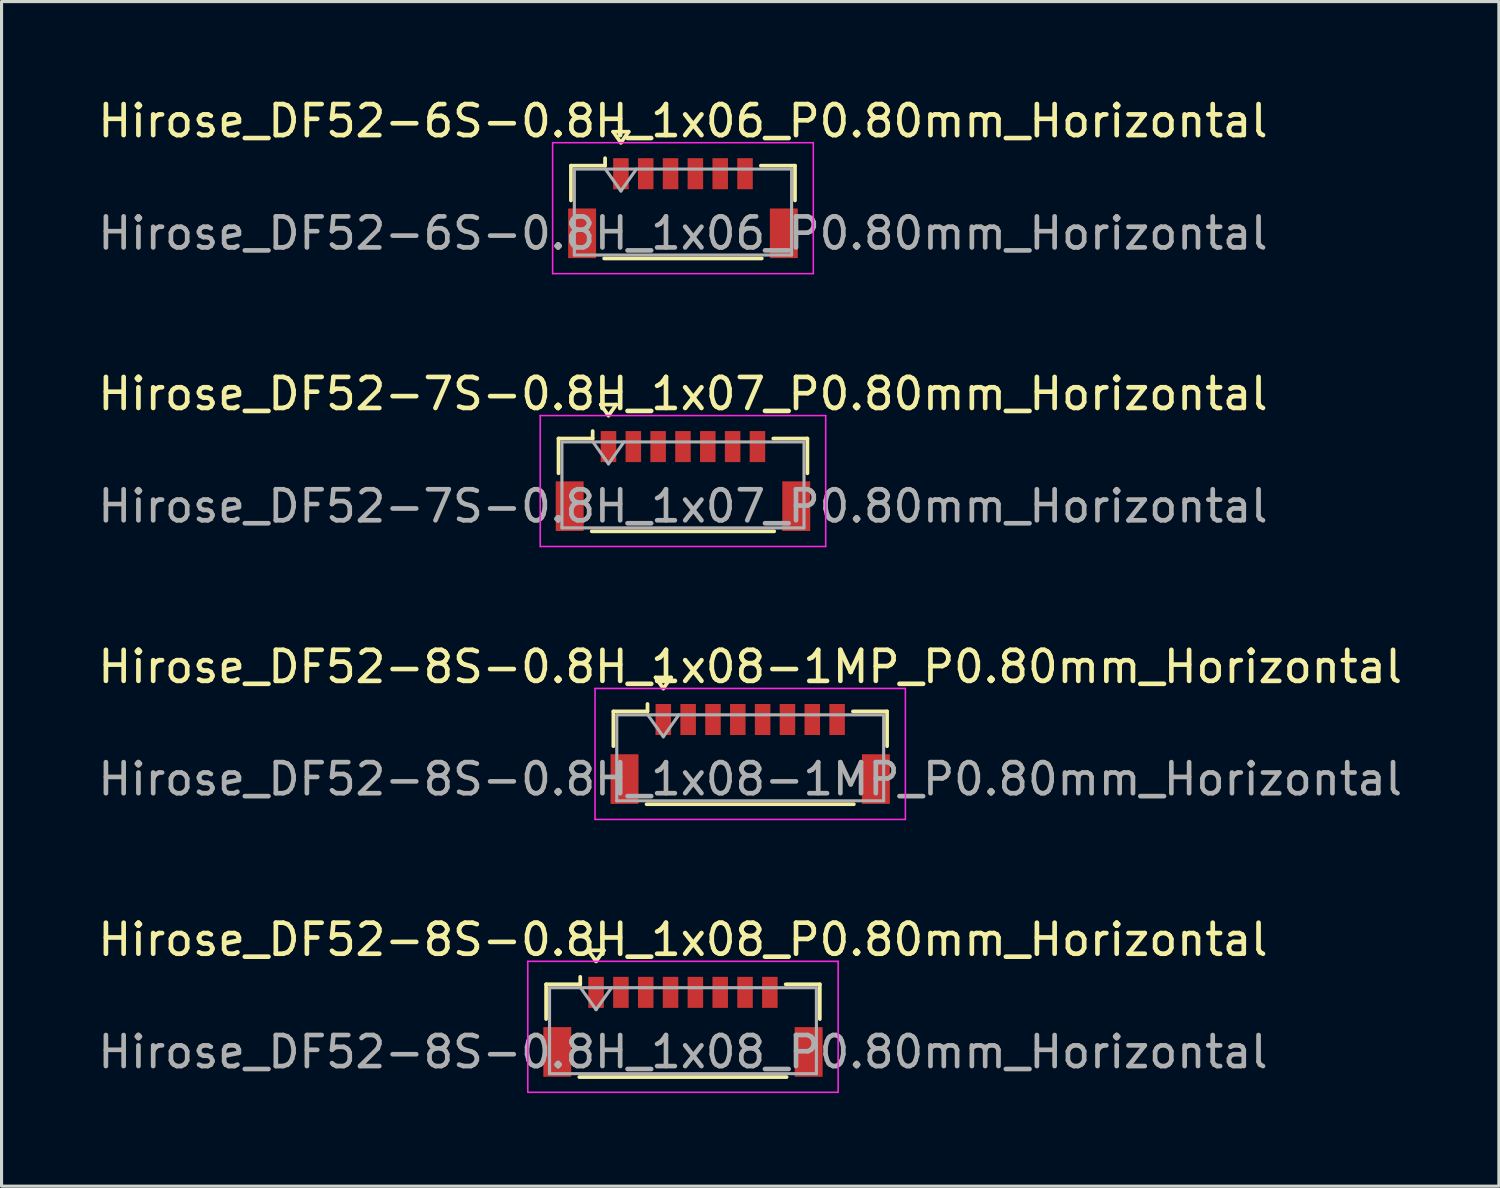
<source format=kicad_pcb>
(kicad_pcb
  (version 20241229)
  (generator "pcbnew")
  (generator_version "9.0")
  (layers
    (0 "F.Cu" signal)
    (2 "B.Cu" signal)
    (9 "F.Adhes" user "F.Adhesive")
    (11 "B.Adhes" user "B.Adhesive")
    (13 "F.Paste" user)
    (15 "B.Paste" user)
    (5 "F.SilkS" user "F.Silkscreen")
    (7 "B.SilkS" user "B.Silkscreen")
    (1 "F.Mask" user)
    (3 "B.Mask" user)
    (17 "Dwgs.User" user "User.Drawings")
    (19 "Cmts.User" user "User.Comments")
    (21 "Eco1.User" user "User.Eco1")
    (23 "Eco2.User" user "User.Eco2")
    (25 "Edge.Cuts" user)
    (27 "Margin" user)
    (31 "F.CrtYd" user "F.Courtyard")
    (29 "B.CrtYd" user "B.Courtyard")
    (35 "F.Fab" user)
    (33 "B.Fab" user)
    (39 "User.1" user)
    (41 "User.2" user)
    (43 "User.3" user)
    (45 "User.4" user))
  (footprint "Hirose_DF52-8S-0.8H_1x08_P0.80mm_Horizontal"
    (layer "F.Cu")
    (at 18.958 30.038)
    (property "Reference" "Hirose_DF52-8S-0.8H_1x08_P0.80mm_Horizontal" (at 0 -2.81 0) (layer "F.SilkS") (effects (font (size 1 1) (thickness 0.15))))
    (attr smd)
    (fp_line (start -4.41 -1.37) (end -3.31 -1.37) (stroke (width 0.12) (type solid)) (layer "F.SilkS"))
    (fp_line (start -4.41 -0.25) (end -4.41 -1.37) (stroke (width 0.12) (type solid)) (layer "F.SilkS"))
    (fp_line (start -3.34 1.62) (end 3.34 1.62) (stroke (width 0.12) (type solid)) (layer "F.SilkS"))
    (fp_line (start -3.31 -1.37) (end -3.31 -1.61) (stroke (width 0.12) (type solid)) (layer "F.SilkS"))
    (fp_line (start -3.05 -2.464) (end -2.8 -2.11) (stroke (width 0.12) (type solid)) (layer "F.SilkS"))
    (fp_line (start -2.8 -2.11) (end -2.55 -2.464) (stroke (width 0.12) (type solid)) (layer "F.SilkS"))
    (fp_line (start -2.55 -2.464) (end -3.05 -2.464) (stroke (width 0.12) (type solid)) (layer "F.SilkS"))
    (fp_line (start 4.41 -1.37) (end 3.31 -1.37) (stroke (width 0.12) (type solid)) (layer "F.SilkS"))
    (fp_line (start 4.41 -0.25) (end 4.41 -1.37) (stroke (width 0.12) (type solid)) (layer "F.SilkS"))
    (fp_line (start -5 -2.11) (end -5 2.11) (stroke (width 0.05) (type solid)) (layer "F.CrtYd"))
    (fp_line (start -5 2.11) (end 5 2.11) (stroke (width 0.05) (type solid)) (layer "F.CrtYd"))
    (fp_line (start 5 -2.11) (end -5 -2.11) (stroke (width 0.05) (type solid)) (layer "F.CrtYd"))
    (fp_line (start 5 2.11) (end 5 -2.11) (stroke (width 0.05) (type solid)) (layer "F.CrtYd"))
    (fp_line (start -4.3 -1.26) (end -4.3 1.51) (stroke (width 0.1) (type solid)) (layer "F.Fab"))
    (fp_line (start -4.3 -1.26) (end 4.3 -1.26) (stroke (width 0.1) (type solid)) (layer "F.Fab"))
    (fp_line (start -4.3 1.51) (end 4.3 1.51) (stroke (width 0.1) (type solid)) (layer "F.Fab"))
    (fp_line (start -3.3 -1.26) (end -2.8 -0.553) (stroke (width 0.1) (type solid)) (layer "F.Fab"))
    (fp_line (start -2.8 -0.553) (end -2.3 -1.26) (stroke (width 0.1) (type solid)) (layer "F.Fab"))
    (fp_line (start 4.3 -1.26) (end 4.3 1.51) (stroke (width 0.1) (type solid)) (layer "F.Fab"))
    (fp_text user "${REFERENCE}" (at 0 0.81 0) (layer "F.Fab") (effects (font (size 1 1) (thickness 0.15))))
    (pad "" smd rect (at -4.05 0.81) (size 0.9 1.6) (layers "F.Cu" "F.Mask" "F.Paste"))
    (pad "" smd rect (at 4.05 0.81) (size 0.9 1.6) (layers "F.Cu" "F.Mask" "F.Paste"))
    (pad "1" smd rect (at -2.8 -1.11) (size 0.5 1) (layers "F.Cu" "F.Mask" "F.Paste"))
    (pad "2" smd rect (at -2 -1.11) (size 0.5 1) (layers "F.Cu" "F.Mask" "F.Paste"))
    (pad "3" smd rect (at -1.2 -1.11) (size 0.5 1) (layers "F.Cu" "F.Mask" "F.Paste"))
    (pad "4" smd rect (at -0.4 -1.11) (size 0.5 1) (layers "F.Cu" "F.Mask" "F.Paste"))
    (pad "5" smd rect (at 0.4 -1.11) (size 0.5 1) (layers "F.Cu" "F.Mask" "F.Paste"))
    (pad "6" smd rect (at 1.2 -1.11) (size 0.5 1) (layers "F.Cu" "F.Mask" "F.Paste"))
    (pad "7" smd rect (at 2 -1.11) (size 0.5 1) (layers "F.Cu" "F.Mask" "F.Paste"))
    (pad "8" smd rect (at 2.8 -1.11) (size 0.5 1) (layers "F.Cu" "F.Mask" "F.Paste")))
  (footprint "Hirose_DF52-8S-0.8H_1x08-1MP_P0.80mm_Horizontal"
    (layer "F.Cu")
    (at 21.125 21.245)
    (property "Reference" "Hirose_DF52-8S-0.8H_1x08-1MP_P0.80mm_Horizontal" (at 0 -2.81 0) (layer "F.SilkS") (effects (font (size 1 1) (thickness 0.15))))
    (attr smd)
    (fp_line (start -4.41 -1.37) (end -3.31 -1.37) (stroke (width 0.12) (type solid)) (layer "F.SilkS"))
    (fp_line (start -4.41 -0.25) (end -4.41 -1.37) (stroke (width 0.12) (type solid)) (layer "F.SilkS"))
    (fp_line (start -3.34 1.62) (end 3.34 1.62) (stroke (width 0.12) (type solid)) (layer "F.SilkS"))
    (fp_line (start -3.31 -1.37) (end -3.31 -1.61) (stroke (width 0.12) (type solid)) (layer "F.SilkS"))
    (fp_line (start -3.05 -2.464) (end -2.8 -2.11) (stroke (width 0.12) (type solid)) (layer "F.SilkS"))
    (fp_line (start -2.8 -2.11) (end -2.55 -2.464) (stroke (width 0.12) (type solid)) (layer "F.SilkS"))
    (fp_line (start -2.55 -2.464) (end -3.05 -2.464) (stroke (width 0.12) (type solid)) (layer "F.SilkS"))
    (fp_line (start 4.41 -1.37) (end 3.31 -1.37) (stroke (width 0.12) (type solid)) (layer "F.SilkS"))
    (fp_line (start 4.41 -0.25) (end 4.41 -1.37) (stroke (width 0.12) (type solid)) (layer "F.SilkS"))
    (fp_line (start -5 -2.11) (end -5 2.11) (stroke (width 0.05) (type solid)) (layer "F.CrtYd"))
    (fp_line (start -5 2.11) (end 5 2.11) (stroke (width 0.05) (type solid)) (layer "F.CrtYd"))
    (fp_line (start 5 -2.11) (end -5 -2.11) (stroke (width 0.05) (type solid)) (layer "F.CrtYd"))
    (fp_line (start 5 2.11) (end 5 -2.11) (stroke (width 0.05) (type solid)) (layer "F.CrtYd"))
    (fp_line (start -4.3 -1.26) (end -4.3 1.51) (stroke (width 0.1) (type solid)) (layer "F.Fab"))
    (fp_line (start -4.3 -1.26) (end 4.3 -1.26) (stroke (width 0.1) (type solid)) (layer "F.Fab"))
    (fp_line (start -4.3 1.51) (end 4.3 1.51) (stroke (width 0.1) (type solid)) (layer "F.Fab"))
    (fp_line (start -3.3 -1.26) (end -2.8 -0.553) (stroke (width 0.1) (type solid)) (layer "F.Fab"))
    (fp_line (start -2.8 -0.553) (end -2.3 -1.26) (stroke (width 0.1) (type solid)) (layer "F.Fab"))
    (fp_line (start 4.3 -1.26) (end 4.3 1.51) (stroke (width 0.1) (type solid)) (layer "F.Fab"))
    (fp_text user "${REFERENCE}" (at 0 0.81 0) (layer "F.Fab") (effects (font (size 1 1) (thickness 0.15))))
    (pad "1" smd rect (at -2.8 -1.11) (size 0.5 1) (layers "F.Cu" "F.Mask" "F.Paste"))
    (pad "2" smd rect (at -2 -1.11) (size 0.5 1) (layers "F.Cu" "F.Mask" "F.Paste"))
    (pad "3" smd rect (at -1.2 -1.11) (size 0.5 1) (layers "F.Cu" "F.Mask" "F.Paste"))
    (pad "4" smd rect (at -0.4 -1.11) (size 0.5 1) (layers "F.Cu" "F.Mask" "F.Paste"))
    (pad "5" smd rect (at 0.4 -1.11) (size 0.5 1) (layers "F.Cu" "F.Mask" "F.Paste"))
    (pad "6" smd rect (at 1.2 -1.11) (size 0.5 1) (layers "F.Cu" "F.Mask" "F.Paste"))
    (pad "7" smd rect (at 2 -1.11) (size 0.5 1) (layers "F.Cu" "F.Mask" "F.Paste"))
    (pad "8" smd rect (at 2.8 -1.11) (size 0.5 1) (layers "F.Cu" "F.Mask" "F.Paste"))
    (pad "MP" smd rect (at -4.05 0.81) (size 0.9 1.6) (layers "F.Cu" "F.Mask" "F.Paste"))
    (pad "MP" smd rect (at 4.05 0.81) (size 0.9 1.6) (layers "F.Cu" "F.Mask" "F.Paste")))
  (footprint "Hirose_DF52-7S-0.8H_1x07_P0.80mm_Horizontal"
    (layer "F.Cu")
    (at 18.958 12.451)
    (property "Reference" "Hirose_DF52-7S-0.8H_1x07_P0.80mm_Horizontal" (at 0 -2.81 0) (layer "F.SilkS") (effects (font (size 1 1) (thickness 0.15))))
    (attr smd)
    (fp_line (start -4.01 -1.37) (end -2.91 -1.37) (stroke (width 0.12) (type solid)) (layer "F.SilkS"))
    (fp_line (start -4.01 -0.25) (end -4.01 -1.37) (stroke (width 0.12) (type solid)) (layer "F.SilkS"))
    (fp_line (start -2.94 1.62) (end 2.94 1.62) (stroke (width 0.12) (type solid)) (layer "F.SilkS"))
    (fp_line (start -2.91 -1.37) (end -2.91 -1.61) (stroke (width 0.12) (type solid)) (layer "F.SilkS"))
    (fp_line (start -2.65 -2.464) (end -2.4 -2.11) (stroke (width 0.12) (type solid)) (layer "F.SilkS"))
    (fp_line (start -2.4 -2.11) (end -2.15 -2.464) (stroke (width 0.12) (type solid)) (layer "F.SilkS"))
    (fp_line (start -2.15 -2.464) (end -2.65 -2.464) (stroke (width 0.12) (type solid)) (layer "F.SilkS"))
    (fp_line (start 4.01 -1.37) (end 2.91 -1.37) (stroke (width 0.12) (type solid)) (layer "F.SilkS"))
    (fp_line (start 4.01 -0.25) (end 4.01 -1.37) (stroke (width 0.12) (type solid)) (layer "F.SilkS"))
    (fp_line (start -4.6 -2.11) (end -4.6 2.11) (stroke (width 0.05) (type solid)) (layer "F.CrtYd"))
    (fp_line (start -4.6 2.11) (end 4.6 2.11) (stroke (width 0.05) (type solid)) (layer "F.CrtYd"))
    (fp_line (start 4.6 -2.11) (end -4.6 -2.11) (stroke (width 0.05) (type solid)) (layer "F.CrtYd"))
    (fp_line (start 4.6 2.11) (end 4.6 -2.11) (stroke (width 0.05) (type solid)) (layer "F.CrtYd"))
    (fp_line (start -3.9 -1.26) (end -3.9 1.51) (stroke (width 0.1) (type solid)) (layer "F.Fab"))
    (fp_line (start -3.9 -1.26) (end 3.9 -1.26) (stroke (width 0.1) (type solid)) (layer "F.Fab"))
    (fp_line (start -3.9 1.51) (end 3.9 1.51) (stroke (width 0.1) (type solid)) (layer "F.Fab"))
    (fp_line (start -2.9 -1.26) (end -2.4 -0.553) (stroke (width 0.1) (type solid)) (layer "F.Fab"))
    (fp_line (start -2.4 -0.553) (end -1.9 -1.26) (stroke (width 0.1) (type solid)) (layer "F.Fab"))
    (fp_line (start 3.9 -1.26) (end 3.9 1.51) (stroke (width 0.1) (type solid)) (layer "F.Fab"))
    (fp_text user "${REFERENCE}" (at 0 0.81 0) (layer "F.Fab") (effects (font (size 1 1) (thickness 0.15))))
    (pad "" smd rect (at -3.65 0.81) (size 0.9 1.6) (layers "F.Cu" "F.Mask" "F.Paste"))
    (pad "" smd rect (at 3.65 0.81) (size 0.9 1.6) (layers "F.Cu" "F.Mask" "F.Paste"))
    (pad "1" smd rect (at -2.4 -1.11) (size 0.5 1) (layers "F.Cu" "F.Mask" "F.Paste"))
    (pad "2" smd rect (at -1.6 -1.11) (size 0.5 1) (layers "F.Cu" "F.Mask" "F.Paste"))
    (pad "3" smd rect (at -0.8 -1.11) (size 0.5 1) (layers "F.Cu" "F.Mask" "F.Paste"))
    (pad "4" smd rect (at 0 -1.11) (size 0.5 1) (layers "F.Cu" "F.Mask" "F.Paste"))
    (pad "5" smd rect (at 0.8 -1.11) (size 0.5 1) (layers "F.Cu" "F.Mask" "F.Paste"))
    (pad "6" smd rect (at 1.6 -1.11) (size 0.5 1) (layers "F.Cu" "F.Mask" "F.Paste"))
    (pad "7" smd rect (at 2.4 -1.11) (size 0.5 1) (layers "F.Cu" "F.Mask" "F.Paste")))
  (footprint "Hirose_DF52-6S-0.8H_1x06_P0.80mm_Horizontal"
    (layer "F.Cu")
    (at 18.958 3.658)
    (property "Reference" "Hirose_DF52-6S-0.8H_1x06_P0.80mm_Horizontal" (at 0 -2.81 0) (layer "F.SilkS") (effects (font (size 1 1) (thickness 0.15))))
    (attr smd)
    (fp_line (start -3.61 -1.37) (end -2.51 -1.37) (stroke (width 0.12) (type solid)) (layer "F.SilkS"))
    (fp_line (start -3.61 -0.25) (end -3.61 -1.37) (stroke (width 0.12) (type solid)) (layer "F.SilkS"))
    (fp_line (start -2.54 1.62) (end 2.54 1.62) (stroke (width 0.12) (type solid)) (layer "F.SilkS"))
    (fp_line (start -2.51 -1.37) (end -2.51 -1.61) (stroke (width 0.12) (type solid)) (layer "F.SilkS"))
    (fp_line (start -2.25 -2.464) (end -2 -2.11) (stroke (width 0.12) (type solid)) (layer "F.SilkS"))
    (fp_line (start -2 -2.11) (end -1.75 -2.464) (stroke (width 0.12) (type solid)) (layer "F.SilkS"))
    (fp_line (start -1.75 -2.464) (end -2.25 -2.464) (stroke (width 0.12) (type solid)) (layer "F.SilkS"))
    (fp_line (start 3.61 -1.37) (end 2.51 -1.37) (stroke (width 0.12) (type solid)) (layer "F.SilkS"))
    (fp_line (start 3.61 -0.25) (end 3.61 -1.37) (stroke (width 0.12) (type solid)) (layer "F.SilkS"))
    (fp_line (start -4.2 -2.11) (end -4.2 2.11) (stroke (width 0.05) (type solid)) (layer "F.CrtYd"))
    (fp_line (start -4.2 2.11) (end 4.2 2.11) (stroke (width 0.05) (type solid)) (layer "F.CrtYd"))
    (fp_line (start 4.2 -2.11) (end -4.2 -2.11) (stroke (width 0.05) (type solid)) (layer "F.CrtYd"))
    (fp_line (start 4.2 2.11) (end 4.2 -2.11) (stroke (width 0.05) (type solid)) (layer "F.CrtYd"))
    (fp_line (start -3.5 -1.26) (end -3.5 1.51) (stroke (width 0.1) (type solid)) (layer "F.Fab"))
    (fp_line (start -3.5 -1.26) (end 3.5 -1.26) (stroke (width 0.1) (type solid)) (layer "F.Fab"))
    (fp_line (start -3.5 1.51) (end 3.5 1.51) (stroke (width 0.1) (type solid)) (layer "F.Fab"))
    (fp_line (start -2.5 -1.26) (end -2 -0.553) (stroke (width 0.1) (type solid)) (layer "F.Fab"))
    (fp_line (start -2 -0.553) (end -1.5 -1.26) (stroke (width 0.1) (type solid)) (layer "F.Fab"))
    (fp_line (start 3.5 -1.26) (end 3.5 1.51) (stroke (width 0.1) (type solid)) (layer "F.Fab"))
    (fp_text user "${REFERENCE}" (at 0 0.81 0) (layer "F.Fab") (effects (font (size 1 1) (thickness 0.15))))
    (pad "" smd rect (at -3.25 0.81) (size 0.9 1.6) (layers "F.Cu" "F.Mask" "F.Paste"))
    (pad "" smd rect (at 3.25 0.81) (size 0.9 1.6) (layers "F.Cu" "F.Mask" "F.Paste"))
    (pad "1" smd rect (at -2 -1.11) (size 0.5 1) (layers "F.Cu" "F.Mask" "F.Paste"))
    (pad "2" smd rect (at -1.2 -1.11) (size 0.5 1) (layers "F.Cu" "F.Mask" "F.Paste"))
    (pad "3" smd rect (at -0.4 -1.11) (size 0.5 1) (layers "F.Cu" "F.Mask" "F.Paste"))
    (pad "4" smd rect (at 0.4 -1.11) (size 0.5 1) (layers "F.Cu" "F.Mask" "F.Paste"))
    (pad "5" smd rect (at 1.2 -1.11) (size 0.5 1) (layers "F.Cu" "F.Mask" "F.Paste"))
    (pad "6" smd rect (at 2 -1.11) (size 0.5 1) (layers "F.Cu" "F.Mask" "F.Paste")))
  (gr_rect
    (start -3 -3)
    (end 45.25 35.173)
    (stroke (width 0.1) (type default))
    (fill no)
    (layer "Edge.Cuts")))
</source>
